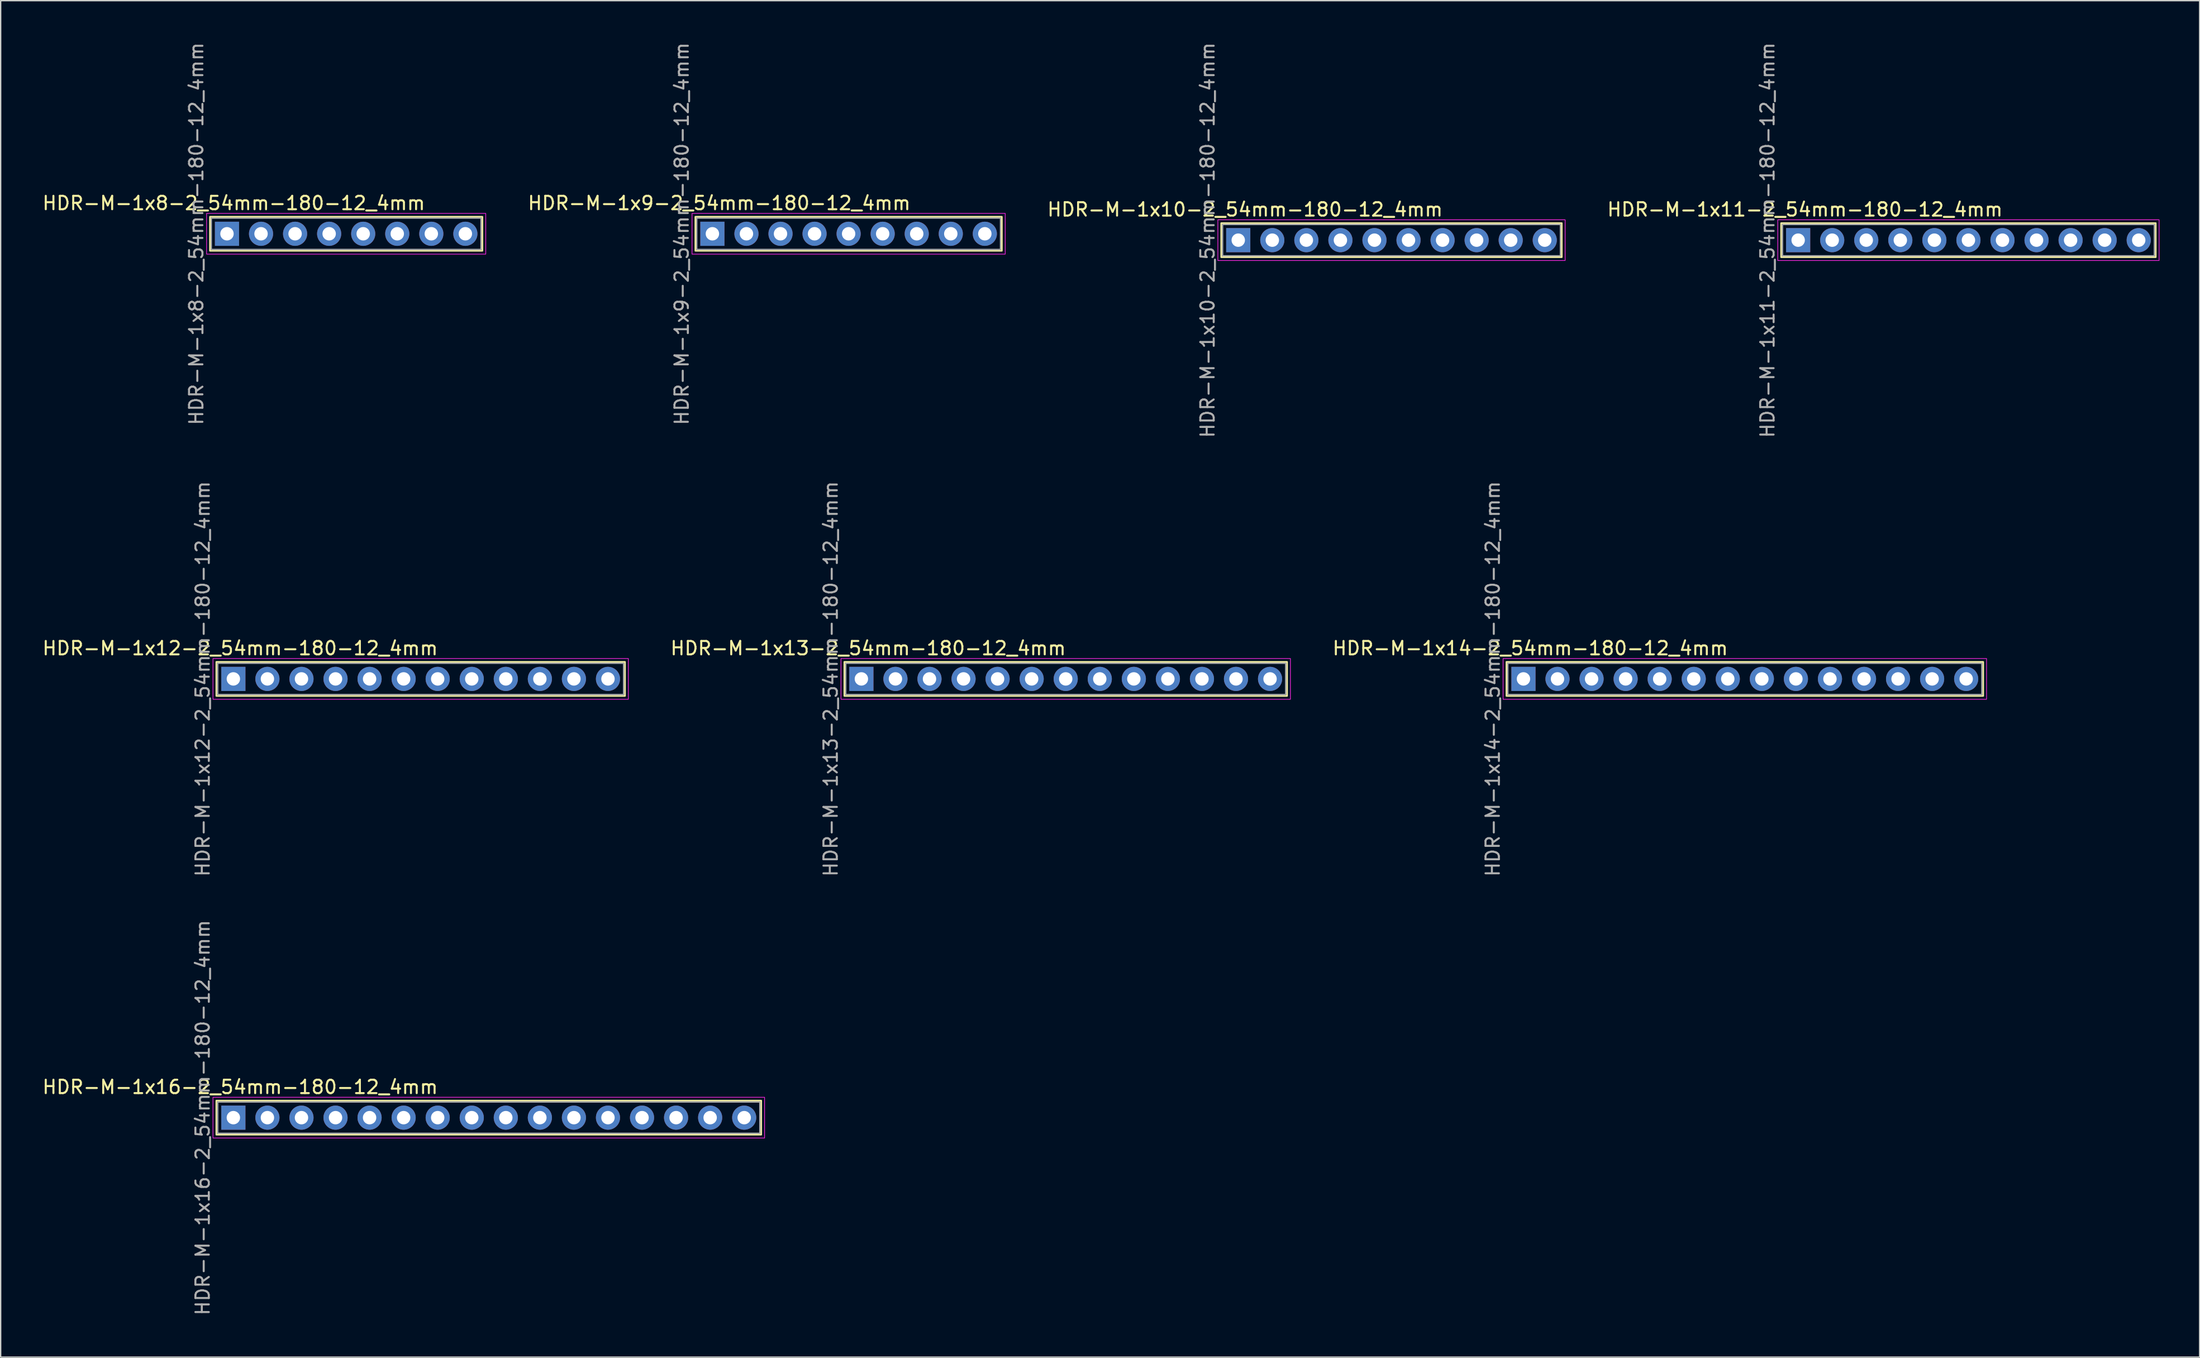
<source format=kicad_pcb>
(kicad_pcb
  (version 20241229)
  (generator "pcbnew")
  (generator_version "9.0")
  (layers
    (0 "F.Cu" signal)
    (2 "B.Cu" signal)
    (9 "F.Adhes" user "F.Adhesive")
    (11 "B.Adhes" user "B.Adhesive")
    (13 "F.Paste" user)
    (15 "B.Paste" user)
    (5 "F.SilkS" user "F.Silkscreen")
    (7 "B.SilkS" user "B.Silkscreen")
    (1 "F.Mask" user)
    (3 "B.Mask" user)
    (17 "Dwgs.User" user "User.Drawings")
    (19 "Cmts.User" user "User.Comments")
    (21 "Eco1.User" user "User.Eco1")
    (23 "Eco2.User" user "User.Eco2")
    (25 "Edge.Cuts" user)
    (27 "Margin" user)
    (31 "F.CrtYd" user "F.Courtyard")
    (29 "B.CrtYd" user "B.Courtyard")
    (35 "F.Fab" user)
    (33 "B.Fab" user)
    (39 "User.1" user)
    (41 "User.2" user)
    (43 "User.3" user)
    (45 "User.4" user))
  (footprint "HDR-M-1x14-2_54mm-180-12_4mm"
    (layer "F.Cu")
    (at 110.575 47.589)
    (property "Reference" "HDR-M-1x14-2_54mm-180-12_4mm" (at 0.508 -2.286 0) (unlocked yes) (layer "F.SilkS") (effects (font (size 1 1) (thickness 0.15))))
    (attr through_hole)
    (fp_rect (start -1.27 -1.27) (end 34.29 1.27) (stroke (width 0.12) (type solid)) (fill no) (layer "F.SilkS"))
    (fp_rect (start -1.52 -1.52) (end 34.54 1.52) (stroke (width 0.05) (type solid)) (fill no) (layer "F.CrtYd"))
    (fp_rect (start -1.17 -1.17) (end 34.19 1.17) (stroke (width 0.1) (type solid)) (fill no) (layer "F.Fab"))
    (fp_text user "${REFERENCE}" (at -2.286 0 90) (unlocked yes) (layer "F.Fab") (effects (font (size 1 1) (thickness 0.15))))
    (pad "1" thru_hole rect (at 0 0) (size 1.8 1.8) (drill 1) (layers "*.Cu" "*.Mask"))
    (pad "2" thru_hole circle (at 2.54 0) (size 1.8 1.8) (drill 1) (layers "*.Cu" "*.Mask"))
    (pad "3" thru_hole circle (at 5.08 0) (size 1.8 1.8) (drill 1) (layers "*.Cu" "*.Mask"))
    (pad "4" thru_hole circle (at 7.62 0) (size 1.8 1.8) (drill 1) (layers "*.Cu" "*.Mask"))
    (pad "5" thru_hole circle (at 10.16 0) (size 1.8 1.8) (drill 1) (layers "*.Cu" "*.Mask"))
    (pad "6" thru_hole circle (at 12.7 0) (size 1.8 1.8) (drill 1) (layers "*.Cu" "*.Mask"))
    (pad "7" thru_hole circle (at 15.24 0) (size 1.8 1.8) (drill 1) (layers "*.Cu" "*.Mask"))
    (pad "8" thru_hole circle (at 17.78 0) (size 1.8 1.8) (drill 1) (layers "*.Cu" "*.Mask"))
    (pad "9" thru_hole circle (at 20.32 0) (size 1.8 1.8) (drill 1) (layers "*.Cu" "*.Mask"))
    (pad "10" thru_hole circle (at 22.86 0) (size 1.8 1.8) (drill 1) (layers "*.Cu" "*.Mask"))
    (pad "11" thru_hole circle (at 25.4 0) (size 1.8 1.8) (drill 1) (layers "*.Cu" "*.Mask"))
    (pad "12" thru_hole circle (at 27.94 0) (size 1.8 1.8) (drill 1) (layers "*.Cu" "*.Mask"))
    (pad "13" thru_hole circle (at 30.48 0) (size 1.8 1.8) (drill 1) (layers "*.Cu" "*.Mask"))
    (pad "14" thru_hole circle (at 33.02 0) (size 1.8 1.8) (drill 1) (layers "*.Cu" "*.Mask")))
  (footprint "HDR-M-1x11-2_54mm-180-12_4mm"
    (layer "F.Cu")
    (at 131.063 14.863)
    (property "Reference" "HDR-M-1x11-2_54mm-180-12_4mm" (at 0.508 -2.286 0) (unlocked yes) (layer "F.SilkS") (effects (font (size 1 1) (thickness 0.15))))
    (attr through_hole)
    (fp_rect (start -1.27 -1.27) (end 26.67 1.27) (stroke (width 0.12) (type solid)) (fill no) (layer "F.SilkS"))
    (fp_rect (start -1.52 -1.52) (end 26.92 1.52) (stroke (width 0.05) (type solid)) (fill no) (layer "F.CrtYd"))
    (fp_rect (start -1.17 -1.17) (end 26.57 1.17) (stroke (width 0.1) (type solid)) (fill no) (layer "F.Fab"))
    (fp_text user "${REFERENCE}" (at -2.286 0 90) (unlocked yes) (layer "F.Fab") (effects (font (size 1 1) (thickness 0.15))))
    (pad "1" thru_hole rect (at 0 0) (size 1.8 1.8) (drill 1) (layers "*.Cu" "*.Mask"))
    (pad "2" thru_hole circle (at 2.54 0) (size 1.8 1.8) (drill 1) (layers "*.Cu" "*.Mask"))
    (pad "3" thru_hole circle (at 5.08 0) (size 1.8 1.8) (drill 1) (layers "*.Cu" "*.Mask"))
    (pad "4" thru_hole circle (at 7.62 0) (size 1.8 1.8) (drill 1) (layers "*.Cu" "*.Mask"))
    (pad "5" thru_hole circle (at 10.16 0) (size 1.8 1.8) (drill 1) (layers "*.Cu" "*.Mask"))
    (pad "6" thru_hole circle (at 12.7 0) (size 1.8 1.8) (drill 1) (layers "*.Cu" "*.Mask"))
    (pad "7" thru_hole circle (at 15.24 0) (size 1.8 1.8) (drill 1) (layers "*.Cu" "*.Mask"))
    (pad "8" thru_hole circle (at 17.78 0) (size 1.8 1.8) (drill 1) (layers "*.Cu" "*.Mask"))
    (pad "9" thru_hole circle (at 20.32 0) (size 1.8 1.8) (drill 1) (layers "*.Cu" "*.Mask"))
    (pad "10" thru_hole circle (at 22.86 0) (size 1.8 1.8) (drill 1) (layers "*.Cu" "*.Mask"))
    (pad "11" thru_hole circle (at 25.4 0) (size 1.8 1.8) (drill 1) (layers "*.Cu" "*.Mask")))
  (footprint "HDR-M-1x8-2_54mm-180-12_4mm"
    (layer "F.Cu")
    (at 13.879 14.387)
    (property "Reference" "HDR-M-1x8-2_54mm-180-12_4mm" (at 0.508 -2.286 0) (unlocked yes) (layer "F.SilkS") (effects (font (size 1 1) (thickness 0.15))))
    (attr through_hole)
    (fp_rect (start -1.27 -1.27) (end 19.05 1.27) (stroke (width 0.12) (type solid)) (fill no) (layer "F.SilkS"))
    (fp_rect (start -1.52 -1.52) (end 19.3 1.52) (stroke (width 0.05) (type solid)) (fill no) (layer "F.CrtYd"))
    (fp_rect (start -1.17 -1.17) (end 18.95 1.17) (stroke (width 0.1) (type solid)) (fill no) (layer "F.Fab"))
    (fp_text user "${REFERENCE}" (at -2.286 0 90) (unlocked yes) (layer "F.Fab") (effects (font (size 1 1) (thickness 0.15))))
    (pad "1" thru_hole rect (at 0 0) (size 1.8 1.8) (drill 1) (layers "*.Cu" "*.Mask"))
    (pad "2" thru_hole circle (at 2.54 0) (size 1.8 1.8) (drill 1) (layers "*.Cu" "*.Mask"))
    (pad "3" thru_hole circle (at 5.08 0) (size 1.8 1.8) (drill 1) (layers "*.Cu" "*.Mask"))
    (pad "4" thru_hole circle (at 7.62 0) (size 1.8 1.8) (drill 1) (layers "*.Cu" "*.Mask"))
    (pad "5" thru_hole circle (at 10.16 0) (size 1.8 1.8) (drill 1) (layers "*.Cu" "*.Mask"))
    (pad "6" thru_hole circle (at 12.7 0) (size 1.8 1.8) (drill 1) (layers "*.Cu" "*.Mask"))
    (pad "7" thru_hole circle (at 15.24 0) (size 1.8 1.8) (drill 1) (layers "*.Cu" "*.Mask"))
    (pad "8" thru_hole circle (at 17.78 0) (size 1.8 1.8) (drill 1) (layers "*.Cu" "*.Mask")))
  (footprint "HDR-M-1x10-2_54mm-180-12_4mm"
    (layer "F.Cu")
    (at 89.303 14.863)
    (property "Reference" "HDR-M-1x10-2_54mm-180-12_4mm" (at 0.508 -2.286 0) (unlocked yes) (layer "F.SilkS") (effects (font (size 1 1) (thickness 0.15))))
    (attr through_hole)
    (fp_rect (start -1.27 -1.27) (end 24.13 1.27) (stroke (width 0.12) (type solid)) (fill no) (layer "F.SilkS"))
    (fp_rect (start -1.52 -1.52) (end 24.38 1.52) (stroke (width 0.05) (type solid)) (fill no) (layer "F.CrtYd"))
    (fp_rect (start -1.17 -1.17) (end 24.03 1.17) (stroke (width 0.1) (type solid)) (fill no) (layer "F.Fab"))
    (fp_text user "${REFERENCE}" (at -2.286 0 90) (unlocked yes) (layer "F.Fab") (effects (font (size 1 1) (thickness 0.15))))
    (pad "1" thru_hole rect (at 0 0) (size 1.8 1.8) (drill 1) (layers "*.Cu" "*.Mask"))
    (pad "2" thru_hole circle (at 2.54 0) (size 1.8 1.8) (drill 1) (layers "*.Cu" "*.Mask"))
    (pad "3" thru_hole circle (at 5.08 0) (size 1.8 1.8) (drill 1) (layers "*.Cu" "*.Mask"))
    (pad "4" thru_hole circle (at 7.62 0) (size 1.8 1.8) (drill 1) (layers "*.Cu" "*.Mask"))
    (pad "5" thru_hole circle (at 10.16 0) (size 1.8 1.8) (drill 1) (layers "*.Cu" "*.Mask"))
    (pad "6" thru_hole circle (at 12.7 0) (size 1.8 1.8) (drill 1) (layers "*.Cu" "*.Mask"))
    (pad "7" thru_hole circle (at 15.24 0) (size 1.8 1.8) (drill 1) (layers "*.Cu" "*.Mask"))
    (pad "8" thru_hole circle (at 17.78 0) (size 1.8 1.8) (drill 1) (layers "*.Cu" "*.Mask"))
    (pad "9" thru_hole circle (at 20.32 0) (size 1.8 1.8) (drill 1) (layers "*.Cu" "*.Mask"))
    (pad "10" thru_hole circle (at 22.86 0) (size 1.8 1.8) (drill 1) (layers "*.Cu" "*.Mask")))
  (footprint "HDR-M-1x13-2_54mm-180-12_4mm"
    (layer "F.Cu")
    (at 61.195 47.589)
    (property "Reference" "HDR-M-1x13-2_54mm-180-12_4mm" (at 0.508 -2.286 0) (unlocked yes) (layer "F.SilkS") (effects (font (size 1 1) (thickness 0.15))))
    (attr through_hole)
    (fp_rect (start -1.27 -1.27) (end 31.75 1.27) (stroke (width 0.12) (type solid)) (fill no) (layer "F.SilkS"))
    (fp_rect (start -1.52 -1.52) (end 32 1.52) (stroke (width 0.05) (type solid)) (fill no) (layer "F.CrtYd"))
    (fp_rect (start -1.17 -1.17) (end 31.65 1.17) (stroke (width 0.1) (type solid)) (fill no) (layer "F.Fab"))
    (fp_text user "${REFERENCE}" (at -2.286 0 90) (unlocked yes) (layer "F.Fab") (effects (font (size 1 1) (thickness 0.15))))
    (pad "1" thru_hole rect (at 0 0) (size 1.8 1.8) (drill 1) (layers "*.Cu" "*.Mask"))
    (pad "2" thru_hole circle (at 2.54 0) (size 1.8 1.8) (drill 1) (layers "*.Cu" "*.Mask"))
    (pad "3" thru_hole circle (at 5.08 0) (size 1.8 1.8) (drill 1) (layers "*.Cu" "*.Mask"))
    (pad "4" thru_hole circle (at 7.62 0) (size 1.8 1.8) (drill 1) (layers "*.Cu" "*.Mask"))
    (pad "5" thru_hole circle (at 10.16 0) (size 1.8 1.8) (drill 1) (layers "*.Cu" "*.Mask"))
    (pad "6" thru_hole circle (at 12.7 0) (size 1.8 1.8) (drill 1) (layers "*.Cu" "*.Mask"))
    (pad "7" thru_hole circle (at 15.24 0) (size 1.8 1.8) (drill 1) (layers "*.Cu" "*.Mask"))
    (pad "8" thru_hole circle (at 17.78 0) (size 1.8 1.8) (drill 1) (layers "*.Cu" "*.Mask"))
    (pad "9" thru_hole circle (at 20.32 0) (size 1.8 1.8) (drill 1) (layers "*.Cu" "*.Mask"))
    (pad "10" thru_hole circle (at 22.86 0) (size 1.8 1.8) (drill 1) (layers "*.Cu" "*.Mask"))
    (pad "11" thru_hole circle (at 25.4 0) (size 1.8 1.8) (drill 1) (layers "*.Cu" "*.Mask"))
    (pad "12" thru_hole circle (at 27.94 0) (size 1.8 1.8) (drill 1) (layers "*.Cu" "*.Mask"))
    (pad "13" thru_hole circle (at 30.48 0) (size 1.8 1.8) (drill 1) (layers "*.Cu" "*.Mask")))
  (footprint "HDR-M-1x12-2_54mm-180-12_4mm"
    (layer "F.Cu")
    (at 14.355 47.589)
    (property "Reference" "HDR-M-1x12-2_54mm-180-12_4mm" (at 0.508 -2.286 0) (unlocked yes) (layer "F.SilkS") (effects (font (size 1 1) (thickness 0.15))))
    (attr through_hole)
    (fp_rect (start -1.27 -1.27) (end 29.21 1.27) (stroke (width 0.12) (type solid)) (fill no) (layer "F.SilkS"))
    (fp_rect (start -1.52 -1.52) (end 29.46 1.52) (stroke (width 0.05) (type solid)) (fill no) (layer "F.CrtYd"))
    (fp_rect (start -1.17 -1.17) (end 29.11 1.17) (stroke (width 0.1) (type solid)) (fill no) (layer "F.Fab"))
    (fp_text user "${REFERENCE}" (at -2.286 0 90) (unlocked yes) (layer "F.Fab") (effects (font (size 1 1) (thickness 0.15))))
    (pad "1" thru_hole rect (at 0 0) (size 1.8 1.8) (drill 1) (layers "*.Cu" "*.Mask"))
    (pad "2" thru_hole circle (at 2.54 0) (size 1.8 1.8) (drill 1) (layers "*.Cu" "*.Mask"))
    (pad "3" thru_hole circle (at 5.08 0) (size 1.8 1.8) (drill 1) (layers "*.Cu" "*.Mask"))
    (pad "4" thru_hole circle (at 7.62 0) (size 1.8 1.8) (drill 1) (layers "*.Cu" "*.Mask"))
    (pad "5" thru_hole circle (at 10.16 0) (size 1.8 1.8) (drill 1) (layers "*.Cu" "*.Mask"))
    (pad "6" thru_hole circle (at 12.7 0) (size 1.8 1.8) (drill 1) (layers "*.Cu" "*.Mask"))
    (pad "7" thru_hole circle (at 15.24 0) (size 1.8 1.8) (drill 1) (layers "*.Cu" "*.Mask"))
    (pad "8" thru_hole circle (at 17.78 0) (size 1.8 1.8) (drill 1) (layers "*.Cu" "*.Mask"))
    (pad "9" thru_hole circle (at 20.32 0) (size 1.8 1.8) (drill 1) (layers "*.Cu" "*.Mask"))
    (pad "10" thru_hole circle (at 22.86 0) (size 1.8 1.8) (drill 1) (layers "*.Cu" "*.Mask"))
    (pad "11" thru_hole circle (at 25.4 0) (size 1.8 1.8) (drill 1) (layers "*.Cu" "*.Mask"))
    (pad "12" thru_hole circle (at 27.94 0) (size 1.8 1.8) (drill 1) (layers "*.Cu" "*.Mask")))
  (footprint "HDR-M-1x16-2_54mm-180-12_4mm"
    (layer "F.Cu")
    (at 14.355 80.315)
    (property "Reference" "HDR-M-1x16-2_54mm-180-12_4mm" (at 0.508 -2.286 0) (unlocked yes) (layer "F.SilkS") (effects (font (size 1 1) (thickness 0.15))))
    (attr through_hole)
    (fp_rect (start -1.27 -1.27) (end 39.37 1.27) (stroke (width 0.12) (type solid)) (fill no) (layer "F.SilkS"))
    (fp_rect (start -1.52 -1.52) (end 39.62 1.52) (stroke (width 0.05) (type solid)) (fill no) (layer "F.CrtYd"))
    (fp_rect (start -1.17 -1.17) (end 39.27 1.17) (stroke (width 0.1) (type solid)) (fill no) (layer "F.Fab"))
    (fp_text user "${REFERENCE}" (at -2.286 0 90) (unlocked yes) (layer "F.Fab") (effects (font (size 1 1) (thickness 0.15))))
    (pad "1" thru_hole rect (at 0 0) (size 1.8 1.8) (drill 1) (layers "*.Cu" "*.Mask"))
    (pad "2" thru_hole circle (at 2.54 0) (size 1.8 1.8) (drill 1) (layers "*.Cu" "*.Mask"))
    (pad "3" thru_hole circle (at 5.08 0) (size 1.8 1.8) (drill 1) (layers "*.Cu" "*.Mask"))
    (pad "4" thru_hole circle (at 7.62 0) (size 1.8 1.8) (drill 1) (layers "*.Cu" "*.Mask"))
    (pad "5" thru_hole circle (at 10.16 0) (size 1.8 1.8) (drill 1) (layers "*.Cu" "*.Mask"))
    (pad "6" thru_hole circle (at 12.7 0) (size 1.8 1.8) (drill 1) (layers "*.Cu" "*.Mask"))
    (pad "7" thru_hole circle (at 15.24 0) (size 1.8 1.8) (drill 1) (layers "*.Cu" "*.Mask"))
    (pad "8" thru_hole circle (at 17.78 0) (size 1.8 1.8) (drill 1) (layers "*.Cu" "*.Mask"))
    (pad "9" thru_hole circle (at 20.32 0) (size 1.8 1.8) (drill 1) (layers "*.Cu" "*.Mask"))
    (pad "10" thru_hole circle (at 22.86 0) (size 1.8 1.8) (drill 1) (layers "*.Cu" "*.Mask"))
    (pad "11" thru_hole circle (at 25.4 0) (size 1.8 1.8) (drill 1) (layers "*.Cu" "*.Mask"))
    (pad "12" thru_hole circle (at 27.94 0) (size 1.8 1.8) (drill 1) (layers "*.Cu" "*.Mask"))
    (pad "13" thru_hole circle (at 30.48 0) (size 1.8 1.8) (drill 1) (layers "*.Cu" "*.Mask"))
    (pad "14" thru_hole circle (at 33.02 0) (size 1.8 1.8) (drill 1) (layers "*.Cu" "*.Mask"))
    (pad "15" thru_hole circle (at 35.56 0) (size 1.8 1.8) (drill 1) (layers "*.Cu" "*.Mask"))
    (pad "16" thru_hole circle (at 38.1 0) (size 1.8 1.8) (drill 1) (layers "*.Cu" "*.Mask")))
  (footprint "HDR-M-1x9-2_54mm-180-12_4mm"
    (layer "F.Cu")
    (at 50.083 14.387)
    (property "Reference" "HDR-M-1x9-2_54mm-180-12_4mm" (at 0.508 -2.286 0) (unlocked yes) (layer "F.SilkS") (effects (font (size 1 1) (thickness 0.15))))
    (attr through_hole)
    (fp_rect (start -1.27 -1.27) (end 21.59 1.27) (stroke (width 0.12) (type solid)) (fill no) (layer "F.SilkS"))
    (fp_rect (start -1.52 -1.52) (end 21.84 1.52) (stroke (width 0.05) (type solid)) (fill no) (layer "F.CrtYd"))
    (fp_rect (start -1.17 -1.17) (end 21.49 1.17) (stroke (width 0.1) (type solid)) (fill no) (layer "F.Fab"))
    (fp_text user "${REFERENCE}" (at -2.286 0 90) (unlocked yes) (layer "F.Fab") (effects (font (size 1 1) (thickness 0.15))))
    (pad "1" thru_hole rect (at 0 0) (size 1.8 1.8) (drill 1) (layers "*.Cu" "*.Mask"))
    (pad "2" thru_hole circle (at 2.54 0) (size 1.8 1.8) (drill 1) (layers "*.Cu" "*.Mask"))
    (pad "3" thru_hole circle (at 5.08 0) (size 1.8 1.8) (drill 1) (layers "*.Cu" "*.Mask"))
    (pad "4" thru_hole circle (at 7.62 0) (size 1.8 1.8) (drill 1) (layers "*.Cu" "*.Mask"))
    (pad "5" thru_hole circle (at 10.16 0) (size 1.8 1.8) (drill 1) (layers "*.Cu" "*.Mask"))
    (pad "6" thru_hole circle (at 12.7 0) (size 1.8 1.8) (drill 1) (layers "*.Cu" "*.Mask"))
    (pad "7" thru_hole circle (at 15.24 0) (size 1.8 1.8) (drill 1) (layers "*.Cu" "*.Mask"))
    (pad "8" thru_hole circle (at 17.78 0) (size 1.8 1.8) (drill 1) (layers "*.Cu" "*.Mask"))
    (pad "9" thru_hole circle (at 20.32 0) (size 1.8 1.8) (drill 1) (layers "*.Cu" "*.Mask")))
  (gr_rect
    (start -3 -3)
    (end 161.008 98.179)
    (stroke (width 0.1) (type default))
    (fill no)
    (layer "Edge.Cuts")))
</source>
